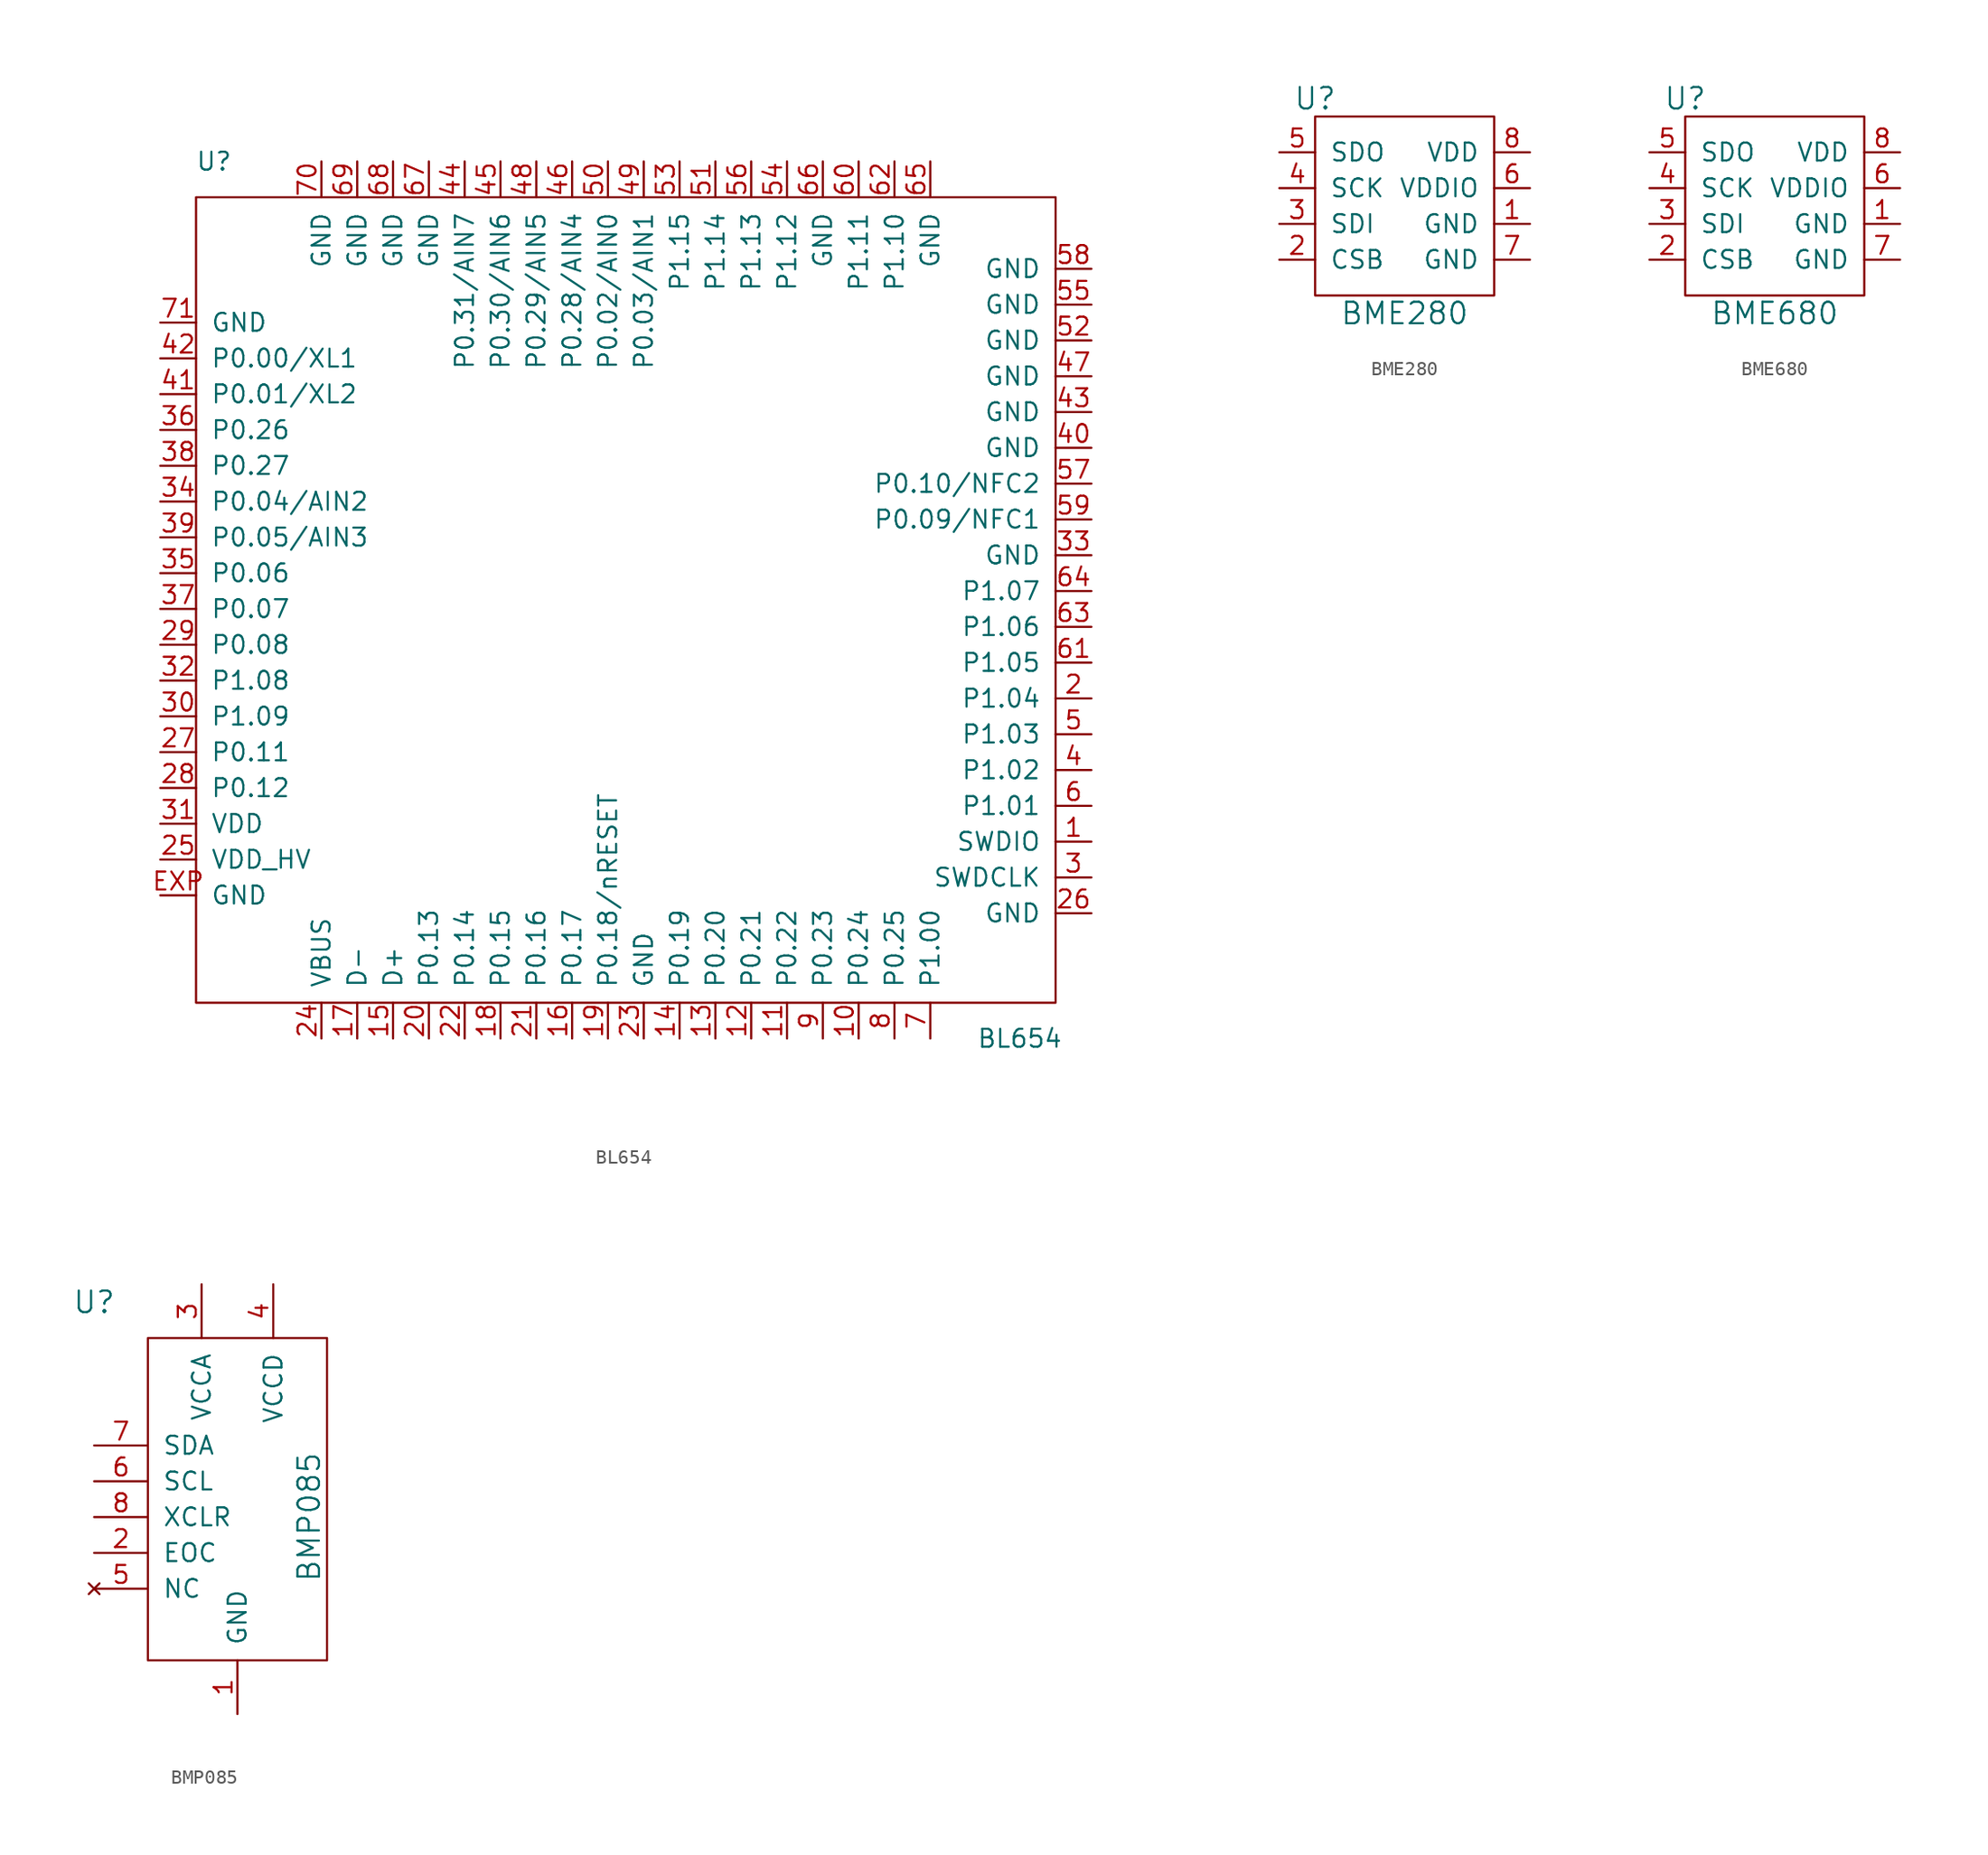
<source format=kicad_sym>
(kicad_symbol_lib
  (version 20210619)
  (generator kicad_symbol_editor)
  (symbol "tinkerforge:BL654"
    (pin_names
      (offset 1.016))
    (property "Reference" "U"
      (at -29.21 30.48 0)
      (effects (font (size 1.27 1.27))))
    (property "Value" "BL654"
      (at 27.94 -31.75 0)
      (effects (font (size 1.27 1.27))))
    (symbol "BL654_0_1"
      (rectangle (start -30.48 27.94) (end 30.48 -29.21) (stroke (width 0)) (fill (type none))))
    (symbol "BL654_1_1"
      (pin passive line (at 33.02 -17.78 180) (length 2.54) (name "SWDIO" (effects (font (size 1.27 1.27)))) (number "1" (effects (font (size 1.27 1.27)))))
      (pin passive line (at 16.51 -31.75 90) (length 2.54) (name "P0.24" (effects (font (size 1.27 1.27)))) (number "10" (effects (font (size 1.27 1.27)))))
      (pin passive line (at 11.43 -31.75 90) (length 2.54) (name "P0.22" (effects (font (size 1.27 1.27)))) (number "11" (effects (font (size 1.27 1.27)))))
      (pin passive line (at 8.89 -31.75 90) (length 2.54) (name "P0.21" (effects (font (size 1.27 1.27)))) (number "12" (effects (font (size 1.27 1.27)))))
      (pin passive line (at 6.35 -31.75 90) (length 2.54) (name "P0.20" (effects (font (size 1.27 1.27)))) (number "13" (effects (font (size 1.27 1.27)))))
      (pin passive line (at 3.81 -31.75 90) (length 2.54) (name "P0.19" (effects (font (size 1.27 1.27)))) (number "14" (effects (font (size 1.27 1.27)))))
      (pin passive line (at -16.51 -31.75 90) (length 2.54) (name "D+" (effects (font (size 1.27 1.27)))) (number "15" (effects (font (size 1.27 1.27)))))
      (pin passive line (at -3.81 -31.75 90) (length 2.54) (name "P0.17" (effects (font (size 1.27 1.27)))) (number "16" (effects (font (size 1.27 1.27)))))
      (pin passive line (at -19.05 -31.75 90) (length 2.54) (name "D-" (effects (font (size 1.27 1.27)))) (number "17" (effects (font (size 1.27 1.27)))))
      (pin passive line (at -8.89 -31.75 90) (length 2.54) (name "P0.15" (effects (font (size 1.27 1.27)))) (number "18" (effects (font (size 1.27 1.27)))))
      (pin passive line (at -1.27 -31.75 90) (length 2.54) (name "P0.18/nRESET" (effects (font (size 1.27 1.27)))) (number "19" (effects (font (size 1.27 1.27)))))
      (pin passive line (at 33.02 -7.62 180) (length 2.54) (name "P1.04" (effects (font (size 1.27 1.27)))) (number "2" (effects (font (size 1.27 1.27)))))
      (pin passive line (at -13.97 -31.75 90) (length 2.54) (name "P0.13" (effects (font (size 1.27 1.27)))) (number "20" (effects (font (size 1.27 1.27)))))
      (pin passive line (at -6.35 -31.75 90) (length 2.54) (name "P0.16" (effects (font (size 1.27 1.27)))) (number "21" (effects (font (size 1.27 1.27)))))
      (pin passive line (at -11.43 -31.75 90) (length 2.54) (name "P0.14" (effects (font (size 1.27 1.27)))) (number "22" (effects (font (size 1.27 1.27)))))
      (pin passive line (at 1.27 -31.75 90) (length 2.54) (name "GND" (effects (font (size 1.27 1.27)))) (number "23" (effects (font (size 1.27 1.27)))))
      (pin passive line (at -21.59 -31.75 90) (length 2.54) (name "VBUS" (effects (font (size 1.27 1.27)))) (number "24" (effects (font (size 1.27 1.27)))))
      (pin passive line (at -33.02 -19.05 0) (length 2.54) (name "VDD_HV" (effects (font (size 1.27 1.27)))) (number "25" (effects (font (size 1.27 1.27)))))
      (pin passive line (at 33.02 -22.86 180) (length 2.54) (name "GND" (effects (font (size 1.27 1.27)))) (number "26" (effects (font (size 1.27 1.27)))))
      (pin passive line (at -33.02 -11.43 0) (length 2.54) (name "P0.11" (effects (font (size 1.27 1.27)))) (number "27" (effects (font (size 1.27 1.27)))))
      (pin passive line (at -33.02 -13.97 0) (length 2.54) (name "P0.12" (effects (font (size 1.27 1.27)))) (number "28" (effects (font (size 1.27 1.27)))))
      (pin passive line (at -33.02 -3.81 0) (length 2.54) (name "P0.08" (effects (font (size 1.27 1.27)))) (number "29" (effects (font (size 1.27 1.27)))))
      (pin passive line (at 33.02 -20.32 180) (length 2.54) (name "SWDCLK" (effects (font (size 1.27 1.27)))) (number "3" (effects (font (size 1.27 1.27)))))
      (pin passive line (at -33.02 -8.89 0) (length 2.54) (name "P1.09" (effects (font (size 1.27 1.27)))) (number "30" (effects (font (size 1.27 1.27)))))
      (pin passive line (at -33.02 -16.51 0) (length 2.54) (name "VDD" (effects (font (size 1.27 1.27)))) (number "31" (effects (font (size 1.27 1.27)))))
      (pin passive line (at -33.02 -6.35 0) (length 2.54) (name "P1.08" (effects (font (size 1.27 1.27)))) (number "32" (effects (font (size 1.27 1.27)))))
      (pin passive line (at 33.02 2.54 180) (length 2.54) (name "GND" (effects (font (size 1.27 1.27)))) (number "33" (effects (font (size 1.27 1.27)))))
      (pin passive line (at -33.02 6.35 0) (length 2.54) (name "P0.04/AIN2" (effects (font (size 1.27 1.27)))) (number "34" (effects (font (size 1.27 1.27)))))
      (pin passive line (at -33.02 1.27 0) (length 2.54) (name "P0.06" (effects (font (size 1.27 1.27)))) (number "35" (effects (font (size 1.27 1.27)))))
      (pin passive line (at -33.02 11.43 0) (length 2.54) (name "P0.26" (effects (font (size 1.27 1.27)))) (number "36" (effects (font (size 1.27 1.27)))))
      (pin passive line (at -33.02 -1.27 0) (length 2.54) (name "P0.07" (effects (font (size 1.27 1.27)))) (number "37" (effects (font (size 1.27 1.27)))))
      (pin passive line (at -33.02 8.89 0) (length 2.54) (name "P0.27" (effects (font (size 1.27 1.27)))) (number "38" (effects (font (size 1.27 1.27)))))
      (pin passive line (at -33.02 3.81 0) (length 2.54) (name "P0.05/AIN3" (effects (font (size 1.27 1.27)))) (number "39" (effects (font (size 1.27 1.27)))))
      (pin passive line (at 33.02 -12.7 180) (length 2.54) (name "P1.02" (effects (font (size 1.27 1.27)))) (number "4" (effects (font (size 1.27 1.27)))))
      (pin passive line (at 33.02 10.16 180) (length 2.54) (name "GND" (effects (font (size 1.27 1.27)))) (number "40" (effects (font (size 1.27 1.27)))))
      (pin passive line (at -33.02 13.97 0) (length 2.54) (name "P0.01/XL2" (effects (font (size 1.27 1.27)))) (number "41" (effects (font (size 1.27 1.27)))))
      (pin passive line (at -33.02 16.51 0) (length 2.54) (name "P0.00/XL1" (effects (font (size 1.27 1.27)))) (number "42" (effects (font (size 1.27 1.27)))))
      (pin passive line (at 33.02 12.7 180) (length 2.54) (name "GND" (effects (font (size 1.27 1.27)))) (number "43" (effects (font (size 1.27 1.27)))))
      (pin passive line (at -11.43 30.48 270) (length 2.54) (name "P0.31/AIN7" (effects (font (size 1.27 1.27)))) (number "44" (effects (font (size 1.27 1.27)))))
      (pin passive line (at -8.89 30.48 270) (length 2.54) (name "P0.30/AIN6" (effects (font (size 1.27 1.27)))) (number "45" (effects (font (size 1.27 1.27)))))
      (pin passive line (at -3.81 30.48 270) (length 2.54) (name "P0.28/AIN4" (effects (font (size 1.27 1.27)))) (number "46" (effects (font (size 1.27 1.27)))))
      (pin passive line (at 33.02 15.24 180) (length 2.54) (name "GND" (effects (font (size 1.27 1.27)))) (number "47" (effects (font (size 1.27 1.27)))))
      (pin passive line (at -6.35 30.48 270) (length 2.54) (name "P0.29/AIN5" (effects (font (size 1.27 1.27)))) (number "48" (effects (font (size 1.27 1.27)))))
      (pin passive line (at 1.27 30.48 270) (length 2.54) (name "P0.03/AIN1" (effects (font (size 1.27 1.27)))) (number "49" (effects (font (size 1.27 1.27)))))
      (pin passive line (at 33.02 -10.16 180) (length 2.54) (name "P1.03" (effects (font (size 1.27 1.27)))) (number "5" (effects (font (size 1.27 1.27)))))
      (pin passive line (at -1.27 30.48 270) (length 2.54) (name "P0.02/AIN0" (effects (font (size 1.27 1.27)))) (number "50" (effects (font (size 1.27 1.27)))))
      (pin passive line (at 6.35 30.48 270) (length 2.54) (name "P1.14" (effects (font (size 1.27 1.27)))) (number "51" (effects (font (size 1.27 1.27)))))
      (pin passive line (at 33.02 17.78 180) (length 2.54) (name "GND" (effects (font (size 1.27 1.27)))) (number "52" (effects (font (size 1.27 1.27)))))
      (pin passive line (at 3.81 30.48 270) (length 2.54) (name "P1.15" (effects (font (size 1.27 1.27)))) (number "53" (effects (font (size 1.27 1.27)))))
      (pin passive line (at 11.43 30.48 270) (length 2.54) (name "P1.12" (effects (font (size 1.27 1.27)))) (number "54" (effects (font (size 1.27 1.27)))))
      (pin passive line (at 33.02 20.32 180) (length 2.54) (name "GND" (effects (font (size 1.27 1.27)))) (number "55" (effects (font (size 1.27 1.27)))))
      (pin passive line (at 8.89 30.48 270) (length 2.54) (name "P1.13" (effects (font (size 1.27 1.27)))) (number "56" (effects (font (size 1.27 1.27)))))
      (pin passive line (at 33.02 7.62 180) (length 2.54) (name "P0.10/NFC2" (effects (font (size 1.27 1.27)))) (number "57" (effects (font (size 1.27 1.27)))))
      (pin passive line (at 33.02 22.86 180) (length 2.54) (name "GND" (effects (font (size 1.27 1.27)))) (number "58" (effects (font (size 1.27 1.27)))))
      (pin passive line (at 33.02 5.08 180) (length 2.54) (name "P0.09/NFC1" (effects (font (size 1.27 1.27)))) (number "59" (effects (font (size 1.27 1.27)))))
      (pin passive line (at 33.02 -15.24 180) (length 2.54) (name "P1.01" (effects (font (size 1.27 1.27)))) (number "6" (effects (font (size 1.27 1.27)))))
      (pin passive line (at 16.51 30.48 270) (length 2.54) (name "P1.11" (effects (font (size 1.27 1.27)))) (number "60" (effects (font (size 1.27 1.27)))))
      (pin passive line (at 33.02 -5.08 180) (length 2.54) (name "P1.05" (effects (font (size 1.27 1.27)))) (number "61" (effects (font (size 1.27 1.27)))))
      (pin passive line (at 19.05 30.48 270) (length 2.54) (name "P1.10" (effects (font (size 1.27 1.27)))) (number "62" (effects (font (size 1.27 1.27)))))
      (pin passive line (at 33.02 -2.54 180) (length 2.54) (name "P1.06" (effects (font (size 1.27 1.27)))) (number "63" (effects (font (size 1.27 1.27)))))
      (pin passive line (at 33.02 0 180) (length 2.54) (name "P1.07" (effects (font (size 1.27 1.27)))) (number "64" (effects (font (size 1.27 1.27)))))
      (pin passive line (at 21.59 30.48 270) (length 2.54) (name "GND" (effects (font (size 1.27 1.27)))) (number "65" (effects (font (size 1.27 1.27)))))
      (pin passive line (at 13.97 30.48 270) (length 2.54) (name "GND" (effects (font (size 1.27 1.27)))) (number "66" (effects (font (size 1.27 1.27)))))
      (pin passive line (at -13.97 30.48 270) (length 2.54) (name "GND" (effects (font (size 1.27 1.27)))) (number "67" (effects (font (size 1.27 1.27)))))
      (pin passive line (at -16.51 30.48 270) (length 2.54) (name "GND" (effects (font (size 1.27 1.27)))) (number "68" (effects (font (size 1.27 1.27)))))
      (pin passive line (at -19.05 30.48 270) (length 2.54) (name "GND" (effects (font (size 1.27 1.27)))) (number "69" (effects (font (size 1.27 1.27)))))
      (pin passive line (at 21.59 -31.75 90) (length 2.54) (name "P1.00" (effects (font (size 1.27 1.27)))) (number "7" (effects (font (size 1.27 1.27)))))
      (pin passive line (at -21.59 30.48 270) (length 2.54) (name "GND" (effects (font (size 1.27 1.27)))) (number "70" (effects (font (size 1.27 1.27)))))
      (pin passive line (at -33.02 19.05 0) (length 2.54) (name "GND" (effects (font (size 1.27 1.27)))) (number "71" (effects (font (size 1.27 1.27)))))
      (pin passive line (at 19.05 -31.75 90) (length 2.54) (name "P0.25" (effects (font (size 1.27 1.27)))) (number "8" (effects (font (size 1.27 1.27)))))
      (pin passive line (at 13.97 -31.75 90) (length 2.54) (name "P0.23" (effects (font (size 1.27 1.27)))) (number "9" (effects (font (size 1.27 1.27)))))
      (pin passive line (at -33.02 -21.59 0) (length 2.54) (name "GND" (effects (font (size 1.27 1.27)))) (number "EXP" (effects (font (size 1.27 1.27)))))))
  (symbol "tinkerforge:BME280"
    (pin_names
      (offset 1.016))
    (property "Reference" "U"
      (at -6.35 7.62 0)
      (effects (font (size 1.524 1.524))))
    (property "Value" "BME280"
      (at 0 -7.62 0)
      (effects (font (size 1.524 1.524))))
    (property "Footprint" ""
      (at 0 0 0)
      (effects (font (size 1.524 1.524))))
    (property "Datasheet" ""
      (at 0 0 0)
      (effects (font (size 1.524 1.524))))
    (symbol "BME280_0_1"
      (rectangle (start -6.35 6.35) (end 6.35 -6.35) (stroke (width 0)) (fill (type none))))
    (symbol "BME280_1_1"
      (pin passive line (at 8.89 -1.27 180) (length 2.54) (name "GND" (effects (font (size 1.27 1.27)))) (number "1" (effects (font (size 1.27 1.27)))))
      (pin passive line (at -8.89 -3.81 0) (length 2.54) (name "CSB" (effects (font (size 1.27 1.27)))) (number "2" (effects (font (size 1.27 1.27)))))
      (pin passive line (at -8.89 -1.27 0) (length 2.54) (name "SDI" (effects (font (size 1.27 1.27)))) (number "3" (effects (font (size 1.27 1.27)))))
      (pin passive line (at -8.89 1.27 0) (length 2.54) (name "SCK" (effects (font (size 1.27 1.27)))) (number "4" (effects (font (size 1.27 1.27)))))
      (pin passive line (at -8.89 3.81 0) (length 2.54) (name "SDO" (effects (font (size 1.27 1.27)))) (number "5" (effects (font (size 1.27 1.27)))))
      (pin passive line (at 8.89 1.27 180) (length 2.54) (name "VDDIO" (effects (font (size 1.27 1.27)))) (number "6" (effects (font (size 1.27 1.27)))))
      (pin passive line (at 8.89 -3.81 180) (length 2.54) (name "GND" (effects (font (size 1.27 1.27)))) (number "7" (effects (font (size 1.27 1.27)))))
      (pin passive line (at 8.89 3.81 180) (length 2.54) (name "VDD" (effects (font (size 1.27 1.27)))) (number "8" (effects (font (size 1.27 1.27)))))))
  (symbol "tinkerforge:BME680"
    (pin_names
      (offset 1.016))
    (property "Reference" "U"
      (at -6.35 7.62 0)
      (effects (font (size 1.524 1.524))))
    (property "Value" "BME680"
      (at 0 -7.62 0)
      (effects (font (size 1.524 1.524))))
    (property "Footprint" ""
      (at 0 0 0)
      (effects (font (size 1.524 1.524))))
    (property "Datasheet" ""
      (at 0 0 0)
      (effects (font (size 1.524 1.524))))
    (symbol "BME680_0_1"
      (rectangle (start -6.35 6.35) (end 6.35 -6.35) (stroke (width 0)) (fill (type none))))
    (symbol "BME680_1_1"
      (pin passive line (at 8.89 -1.27 180) (length 2.54) (name "GND" (effects (font (size 1.27 1.27)))) (number "1" (effects (font (size 1.27 1.27)))))
      (pin passive line (at -8.89 -3.81 0) (length 2.54) (name "CSB" (effects (font (size 1.27 1.27)))) (number "2" (effects (font (size 1.27 1.27)))))
      (pin passive line (at -8.89 -1.27 0) (length 2.54) (name "SDI" (effects (font (size 1.27 1.27)))) (number "3" (effects (font (size 1.27 1.27)))))
      (pin passive line (at -8.89 1.27 0) (length 2.54) (name "SCK" (effects (font (size 1.27 1.27)))) (number "4" (effects (font (size 1.27 1.27)))))
      (pin passive line (at -8.89 3.81 0) (length 2.54) (name "SDO" (effects (font (size 1.27 1.27)))) (number "5" (effects (font (size 1.27 1.27)))))
      (pin passive line (at 8.89 1.27 180) (length 2.54) (name "VDDIO" (effects (font (size 1.27 1.27)))) (number "6" (effects (font (size 1.27 1.27)))))
      (pin passive line (at 8.89 -3.81 180) (length 2.54) (name "GND" (effects (font (size 1.27 1.27)))) (number "7" (effects (font (size 1.27 1.27)))))
      (pin passive line (at 8.89 3.81 180) (length 2.54) (name "VDD" (effects (font (size 1.27 1.27)))) (number "8" (effects (font (size 1.27 1.27)))))))
  (symbol "tinkerforge:BMP085"
    (pin_names
      (offset 1.016))
    (property "Reference" "U"
      (at -10.16 15.24 0)
      (effects (font (size 1.524 1.524))))
    (property "Value" "BMP085"
      (at 5.08 0 90)
      (effects (font (size 1.524 1.524))))
    (property "Footprint" ""
      (at 0 0 0)
      (effects (font (size 1.524 1.524))))
    (property "Datasheet" ""
      (at 0 0 0)
      (effects (font (size 1.524 1.524))))
    (symbol "BMP085_0_1"
      (rectangle (start -6.35 12.7) (end 6.35 -10.16) (stroke (width 0)) (fill (type none))))
    (symbol "BMP085_1_1"
      (pin passive line (at 0 -13.97 90) (length 3.81) (name "GND" (effects (font (size 1.27 1.27)))) (number "1" (effects (font (size 1.27 1.27)))))
      (pin passive line (at -10.16 -2.54 0) (length 3.81) (name "EOC" (effects (font (size 1.27 1.27)))) (number "2" (effects (font (size 1.27 1.27)))))
      (pin passive line (at -2.54 16.51 270) (length 3.81) (name "VCCA" (effects (font (size 1.27 1.27)))) (number "3" (effects (font (size 1.27 1.27)))))
      (pin passive line (at 2.54 16.51 270) (length 3.81) (name "VCCD" (effects (font (size 1.27 1.27)))) (number "4" (effects (font (size 1.27 1.27)))))
      (pin no_connect line (at -10.16 -5.08 0) (length 3.81) (name "NC" (effects (font (size 1.27 1.27)))) (number "5" (effects (font (size 1.27 1.27)))))
      (pin passive line (at -10.16 2.54 0) (length 3.81) (name "SCL" (effects (font (size 1.27 1.27)))) (number "6" (effects (font (size 1.27 1.27)))))
      (pin passive line (at -10.16 5.08 0) (length 3.81) (name "SDA" (effects (font (size 1.27 1.27)))) (number "7" (effects (font (size 1.27 1.27)))))
      (pin input line (at -10.16 0 0) (length 3.81) (name "XCLR" (effects (font (size 1.27 1.27)))) (number "8" (effects (font (size 1.27 1.27))))))))
</source>
